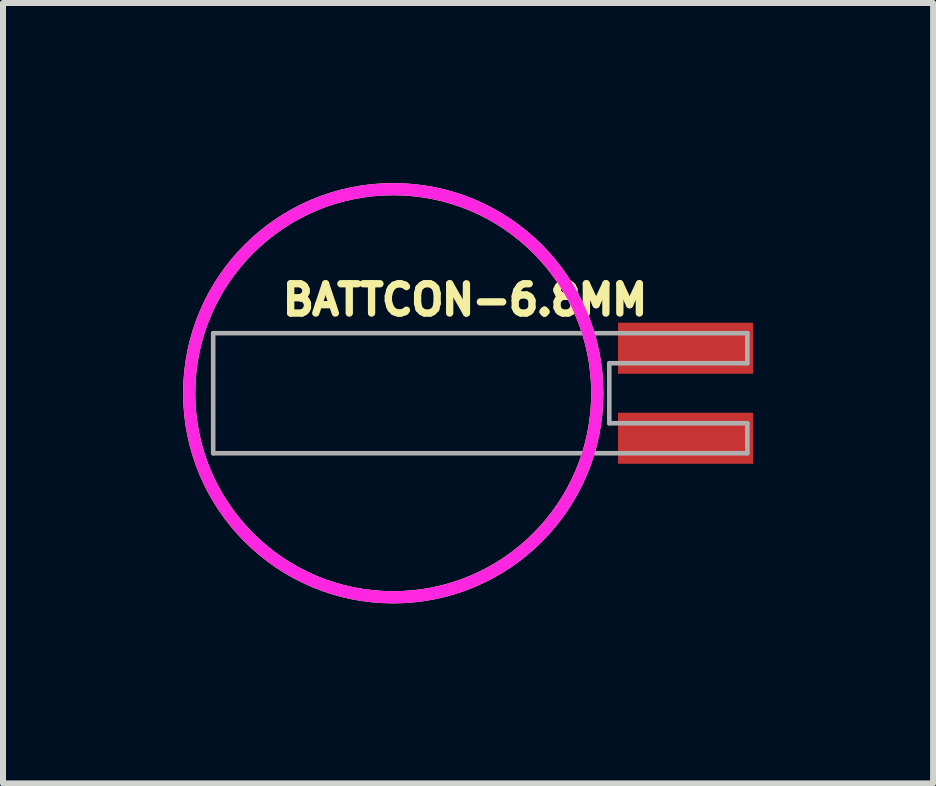
<source format=kicad_pcb>
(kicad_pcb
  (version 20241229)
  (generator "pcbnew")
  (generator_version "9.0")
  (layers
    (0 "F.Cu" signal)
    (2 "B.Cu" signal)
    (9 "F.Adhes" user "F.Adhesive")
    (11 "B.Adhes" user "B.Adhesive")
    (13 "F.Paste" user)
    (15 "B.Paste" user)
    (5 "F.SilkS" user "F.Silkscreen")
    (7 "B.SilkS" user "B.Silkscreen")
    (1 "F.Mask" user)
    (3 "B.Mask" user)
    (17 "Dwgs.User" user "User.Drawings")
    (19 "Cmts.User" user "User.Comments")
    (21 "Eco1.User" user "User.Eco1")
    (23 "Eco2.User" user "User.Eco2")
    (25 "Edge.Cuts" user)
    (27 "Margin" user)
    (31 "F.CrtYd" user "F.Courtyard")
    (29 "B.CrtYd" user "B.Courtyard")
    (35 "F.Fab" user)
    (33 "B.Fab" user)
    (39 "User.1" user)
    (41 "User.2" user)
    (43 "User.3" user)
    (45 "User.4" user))
  (footprint "BATTCON-6.8MM"
    (layer "F.Cu")
    (at 3.502 3.502)
    (property "Reference" "BATTCON-6.8MM" (at -1.905 -1.27 0) (layer "F.SilkS") (effects (font (size 0.488 0.488) (thickness 0.122)) (justify left bottom)))
    (fp_circle (center 0 0) (end 3.4 0) (stroke (width 0.203) (type solid)) (fill no) (layer "F.SilkS"))
    (fp_circle (center 0 0) (end 3.4 0) (stroke (width 0.203) (type solid)) (fill no) (layer "F.CrtYd"))
    (fp_line (start -3 -1) (end -3 1) (stroke (width 0.076) (type solid)) (layer "F.Fab"))
    (fp_line (start -3 1) (end 5.9 1) (stroke (width 0.076) (type solid)) (layer "F.Fab"))
    (fp_line (start 3.6 0.5) (end 3.6 -0.5) (stroke (width 0.076) (type solid)) (layer "F.Fab"))
    (fp_line (start 3.6 0.5) (end 5.9 0.5) (stroke (width 0.076) (type solid)) (layer "F.Fab"))
    (fp_line (start 5.9 -1) (end -3 -1) (stroke (width 0.076) (type solid)) (layer "F.Fab"))
    (fp_line (start 5.9 -1) (end 5.9 -0.5) (stroke (width 0.076) (type solid)) (layer "F.Fab"))
    (fp_line (start 5.9 -0.5) (end 3.6 -0.5) (stroke (width 0.076) (type solid)) (layer "F.Fab"))
    (fp_line (start 5.9 0.5) (end 5.9 1) (stroke (width 0.076) (type solid)) (layer "F.Fab"))
    (pad "+" smd rect (at 4.87 -0.75 180) (size 2.25 0.85) (layers "F.Cu" "F.Mask" "F.Paste"))
    (pad "-" smd rect (at 4.87 0.75 180) (size 2.25 0.85) (layers "F.Cu" "F.Mask" "F.Paste")))
  (gr_rect
    (start -3 -3)
    (end 12.497 10.003)
    (stroke (width 0.1) (type default))
    (fill no)
    (layer "Edge.Cuts")))
</source>
